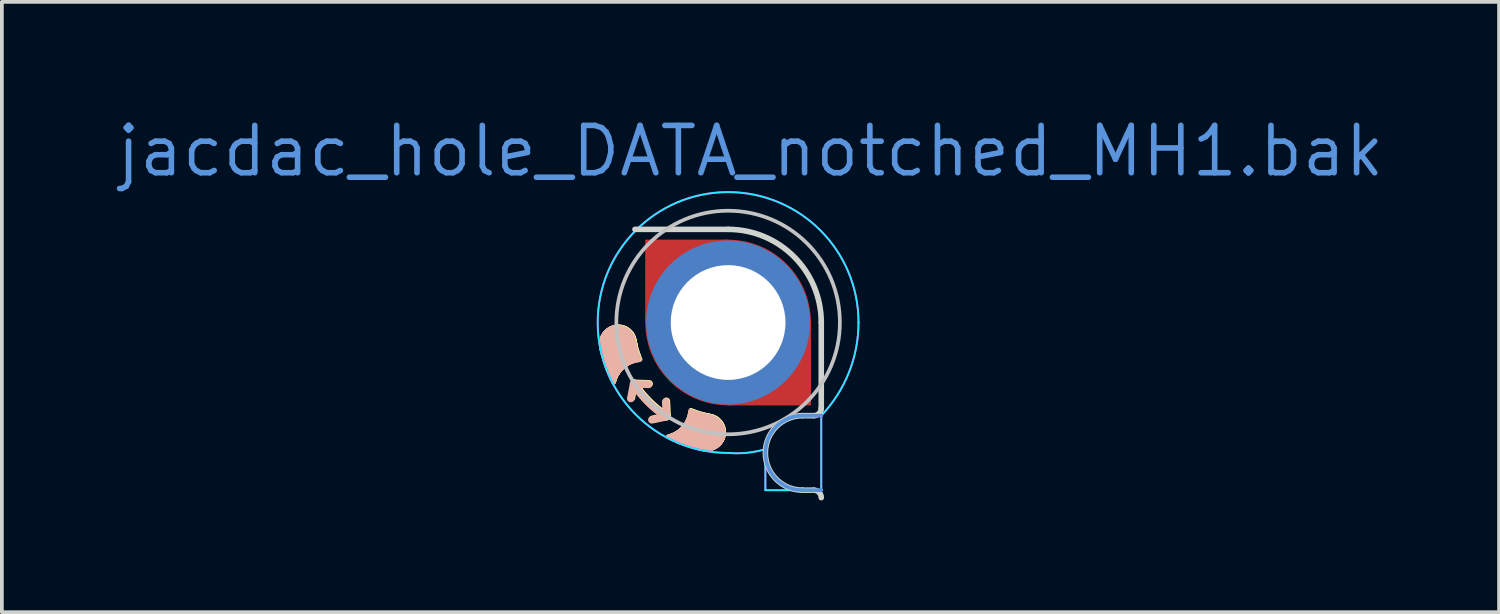
<source format=kicad_pcb>
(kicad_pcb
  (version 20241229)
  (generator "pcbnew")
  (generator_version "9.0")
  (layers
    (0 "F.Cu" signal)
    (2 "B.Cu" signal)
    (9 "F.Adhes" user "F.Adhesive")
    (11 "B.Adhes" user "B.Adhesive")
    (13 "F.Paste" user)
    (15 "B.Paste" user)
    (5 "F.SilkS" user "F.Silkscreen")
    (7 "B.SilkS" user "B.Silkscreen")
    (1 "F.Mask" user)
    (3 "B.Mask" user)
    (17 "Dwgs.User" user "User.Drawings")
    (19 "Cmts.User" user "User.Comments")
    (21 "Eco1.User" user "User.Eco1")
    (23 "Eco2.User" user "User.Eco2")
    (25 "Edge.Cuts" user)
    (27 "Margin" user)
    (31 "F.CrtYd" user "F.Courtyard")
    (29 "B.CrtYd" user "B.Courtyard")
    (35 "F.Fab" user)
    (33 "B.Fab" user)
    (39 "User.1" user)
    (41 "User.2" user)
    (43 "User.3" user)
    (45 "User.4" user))
  (footprint "jacdac_hole_DATA_notched_MH1.bak"
    (layer "F.Cu")
    (at 16.492 5.606)
    (property "Reference" "jacdac_hole_DATA_notched_MH1.bak" (at 0.6 -4.6 0) (layer "Cmts.User") (effects (font (size 1.27 1.27) (thickness 0.15))))
    (attr through_hole)
    (fp_rect (start -2.2 -2.2) (end 0 0) (stroke (width 0.05) (type solid)) (fill yes) (layer "F.Cu"))
    (fp_rect (start 0 0) (end 2.2 2.2) (stroke (width 0.05) (type solid)) (fill yes) (layer "F.Cu"))
    (fp_circle (center 0 0) (end 2.198 0) (stroke (width 0.05) (type solid)) (fill yes) (layer "F.Cu"))
    (fp_poly (pts (arc (start 2.5 0) (mid 1.767767 -1.767767) (end 0 -2.5)) (xy -2.5 -2.5) (arc (start -2.5 0) (mid -1.767767 1.767767) (end 0 2.5)) (xy 2.5 2.5)) (stroke (width 0) (type solid)) (fill yes) (layer "F.Mask"))
    (fp_circle (center 0 0) (end 2.5 0) (stroke (width 0) (type solid)) (fill yes) (layer "B.Mask"))
    (fp_line (start -3.399 0.554) (end -3.399 0.576) (stroke (width 0.1) (type solid)) (layer "F.SilkS"))
    (fp_line (start -3.399 0.532) (end -3.399 0.554) (stroke (width 0.1) (type solid)) (layer "F.SilkS"))
    (fp_line (start -3.399 0.576) (end -3.397 0.599) (stroke (width 0.1) (type solid)) (layer "F.SilkS"))
    (fp_line (start -3.397 0.51) (end -3.399 0.532) (stroke (width 0.1) (type solid)) (layer "F.SilkS"))
    (fp_line (start -3.397 0.599) (end -3.394 0.622) (stroke (width 0.1) (type solid)) (layer "F.SilkS"))
    (fp_line (start -3.394 0.488) (end -3.397 0.51) (stroke (width 0.1) (type solid)) (layer "F.SilkS"))
    (fp_line (start -3.394 0.622) (end -3.368 0.749) (stroke (width 0.1) (type solid)) (layer "F.SilkS"))
    (fp_line (start -3.394 0.622) (end -3.39 0.644) (stroke (width 0.1) (type solid)) (layer "F.SilkS"))
    (fp_line (start -3.391 0.466) (end -3.394 0.488) (stroke (width 0.1) (type solid)) (layer "F.SilkS"))
    (fp_line (start -3.386 0.445) (end -3.391 0.466) (stroke (width 0.1) (type solid)) (layer "F.SilkS"))
    (fp_line (start -3.38 0.424) (end -3.386 0.445) (stroke (width 0.1) (type solid)) (layer "F.SilkS"))
    (fp_line (start -3.373 0.404) (end -3.38 0.424) (stroke (width 0.1) (type solid)) (layer "F.SilkS"))
    (fp_line (start -3.368 0.749) (end -3.338 0.875) (stroke (width 0.1) (type solid)) (layer "F.SilkS"))
    (fp_line (start -3.366 0.383) (end -3.373 0.404) (stroke (width 0.1) (type solid)) (layer "F.SilkS"))
    (fp_line (start -3.357 0.364) (end -3.366 0.383) (stroke (width 0.1) (type solid)) (layer "F.SilkS"))
    (fp_line (start -3.348 0.344) (end -3.357 0.364) (stroke (width 0.1) (type solid)) (layer "F.SilkS"))
    (fp_line (start -3.338 0.875) (end -3.302 0.999) (stroke (width 0.1) (type solid)) (layer "F.SilkS"))
    (fp_line (start -3.337 0.326) (end -3.348 0.344) (stroke (width 0.1) (type solid)) (layer "F.SilkS"))
    (fp_line (start -3.326 0.307) (end -3.337 0.326) (stroke (width 0.1) (type solid)) (layer "F.SilkS"))
    (fp_line (start -3.314 0.29) (end -3.326 0.307) (stroke (width 0.1) (type solid)) (layer "F.SilkS"))
    (fp_line (start -3.302 0.999) (end -3.263 1.122) (stroke (width 0.1) (type solid)) (layer "F.SilkS"))
    (fp_line (start -3.3 0.272) (end -3.314 0.29) (stroke (width 0.1) (type solid)) (layer "F.SilkS"))
    (fp_line (start -3.287 0.256) (end -3.3 0.272) (stroke (width 0.1) (type solid)) (layer "F.SilkS"))
    (fp_line (start -3.272 0.24) (end -3.287 0.256) (stroke (width 0.1) (type solid)) (layer "F.SilkS"))
    (fp_line (start -3.263 1.122) (end -3.218 1.244) (stroke (width 0.1) (type solid)) (layer "F.SilkS"))
    (fp_line (start -3.257 0.225) (end -3.272 0.24) (stroke (width 0.1) (type solid)) (layer "F.SilkS"))
    (fp_line (start -3.24 0.211) (end -3.257 0.225) (stroke (width 0.1) (type solid)) (layer "F.SilkS"))
    (fp_line (start -3.224 0.197) (end -3.24 0.211) (stroke (width 0.1) (type solid)) (layer "F.SilkS"))
    (fp_line (start -3.218 1.244) (end -3.169 1.363) (stroke (width 0.1) (type solid)) (layer "F.SilkS"))
    (fp_line (start -3.206 0.184) (end -3.224 0.197) (stroke (width 0.1) (type solid)) (layer "F.SilkS"))
    (fp_line (start -3.188 0.172) (end -3.206 0.184) (stroke (width 0.1) (type solid)) (layer "F.SilkS"))
    (fp_line (start -3.169 1.363) (end -3.116 1.481) (stroke (width 0.1) (type solid)) (layer "F.SilkS"))
    (fp_line (start -3.169 0.161) (end -3.188 0.172) (stroke (width 0.1) (type solid)) (layer "F.SilkS"))
    (fp_line (start -3.149 0.15) (end -3.169 0.161) (stroke (width 0.1) (type solid)) (layer "F.SilkS"))
    (fp_line (start -3.129 0.141) (end -3.149 0.15) (stroke (width 0.1) (type solid)) (layer "F.SilkS"))
    (fp_line (start -3.116 1.481) (end -3.058 1.597) (stroke (width 0.1) (type solid)) (layer "F.SilkS"))
    (fp_line (start -3.108 0.133) (end -3.129 0.141) (stroke (width 0.1) (type solid)) (layer "F.SilkS"))
    (fp_line (start -3.087 0.125) (end -3.108 0.133) (stroke (width 0.1) (type solid)) (layer "F.SilkS"))
    (fp_line (start -3.069 1.236) (end -3.069 1.261) (stroke (width 0.33) (type solid)) (layer "F.SilkS"))
    (fp_line (start -3.069 1.261) (end -3.066 1.286) (stroke (width 0.33) (type solid)) (layer "F.SilkS"))
    (fp_line (start -3.069 1.211) (end -3.069 1.236) (stroke (width 0.33) (type solid)) (layer "F.SilkS"))
    (fp_line (start -3.066 1.286) (end -3.062 1.311) (stroke (width 0.33) (type solid)) (layer "F.SilkS"))
    (fp_line (start -3.066 1.186) (end -3.069 1.211) (stroke (width 0.33) (type solid)) (layer "F.SilkS"))
    (fp_line (start -3.065 0.119) (end -3.087 0.125) (stroke (width 0.1) (type solid)) (layer "F.SilkS"))
    (fp_line (start -3.062 1.161) (end -3.066 1.186) (stroke (width 0.33) (type solid)) (layer "F.SilkS"))
    (fp_line (start -3.058 1.597) (end -3.058 1.597) (stroke (width 0.1) (type solid)) (layer "F.SilkS"))
    (fp_line (start -3.058 1.597) (end -3.049 1.566) (stroke (width 0.1) (type solid)) (layer "F.SilkS"))
    (fp_line (start -3.056 1.137) (end -3.062 1.161) (stroke (width 0.33) (type solid)) (layer "F.SilkS"))
    (fp_line (start -3.049 1.566) (end -3.04 1.536) (stroke (width 0.1) (type solid)) (layer "F.SilkS"))
    (fp_line (start -3.048 1.114) (end -3.056 1.137) (stroke (width 0.33) (type solid)) (layer "F.SilkS"))
    (fp_line (start -3.043 0.113) (end -3.065 0.119) (stroke (width 0.1) (type solid)) (layer "F.SilkS"))
    (fp_line (start -3.043 0.113) (end -3.043 0.113) (stroke (width 0.1) (type solid)) (layer "F.SilkS"))
    (fp_line (start -3.04 1.536) (end -3.029 1.506) (stroke (width 0.1) (type solid)) (layer "F.SilkS"))
    (fp_line (start -3.039 1.09) (end -3.048 1.114) (stroke (width 0.33) (type solid)) (layer "F.SilkS"))
    (fp_line (start -3.029 1.506) (end -3.017 1.477) (stroke (width 0.1) (type solid)) (layer "F.SilkS"))
    (fp_line (start -3.029 1.068) (end -3.039 1.09) (stroke (width 0.33) (type solid)) (layer "F.SilkS"))
    (fp_line (start -3.02 0.109) (end -3.043 0.113) (stroke (width 0.1) (type solid)) (layer "F.SilkS"))
    (fp_line (start -3.017 1.477) (end -3.005 1.448) (stroke (width 0.1) (type solid)) (layer "F.SilkS"))
    (fp_line (start -3.017 1.046) (end -3.029 1.068) (stroke (width 0.33) (type solid)) (layer "F.SilkS"))
    (fp_line (start -3.005 1.448) (end -2.991 1.42) (stroke (width 0.1) (type solid)) (layer "F.SilkS"))
    (fp_line (start -3.003 1.025) (end -3.017 1.046) (stroke (width 0.33) (type solid)) (layer "F.SilkS"))
    (fp_line (start -2.997 0.106) (end -3.02 0.109) (stroke (width 0.1) (type solid)) (layer "F.SilkS"))
    (fp_line (start -2.991 1.42) (end -2.976 1.393) (stroke (width 0.1) (type solid)) (layer "F.SilkS"))
    (fp_line (start -2.988 1.005) (end -3.003 1.025) (stroke (width 0.33) (type solid)) (layer "F.SilkS"))
    (fp_line (start -2.976 1.393) (end -2.96 1.367) (stroke (width 0.1) (type solid)) (layer "F.SilkS"))
    (fp_line (start -2.975 0.104) (end -2.997 0.106) (stroke (width 0.1) (type solid)) (layer "F.SilkS"))
    (fp_line (start -2.971 0.986) (end -2.988 1.005) (stroke (width 0.33) (type solid)) (layer "F.SilkS"))
    (fp_line (start -2.96 1.367) (end -2.943 1.341) (stroke (width 0.1) (type solid)) (layer "F.SilkS"))
    (fp_line (start -2.954 0.968) (end -2.971 0.986) (stroke (width 0.33) (type solid)) (layer "F.SilkS"))
    (fp_line (start -2.952 0.104) (end -2.975 0.104) (stroke (width 0.1) (type solid)) (layer "F.SilkS"))
    (fp_line (start -2.947 0.566) (end -2.94 0.603) (stroke (width 1) (type solid)) (layer "F.SilkS"))
    (fp_line (start -2.943 1.341) (end -2.925 1.316) (stroke (width 0.1) (type solid)) (layer "F.SilkS"))
    (fp_line (start -2.94 0.603) (end -2.932 0.639) (stroke (width 1) (type solid)) (layer "F.SilkS"))
    (fp_line (start -2.934 0.951) (end -2.954 0.968) (stroke (width 0.33) (type solid)) (layer "F.SilkS"))
    (fp_line (start -2.934 0.951) (end -2.934 0.951) (stroke (width 0.33) (type solid)) (layer "F.SilkS"))
    (fp_line (start -2.932 0.639) (end -2.924 0.675) (stroke (width 1) (type solid)) (layer "F.SilkS"))
    (fp_line (start -2.93 0.104) (end -2.952 0.104) (stroke (width 0.1) (type solid)) (layer "F.SilkS"))
    (fp_line (start -2.925 1.316) (end -2.907 1.291) (stroke (width 0.1) (type solid)) (layer "F.SilkS"))
    (fp_line (start -2.924 0.675) (end -2.915 0.711) (stroke (width 1) (type solid)) (layer "F.SilkS"))
    (fp_line (start -2.914 0.936) (end -2.934 0.951) (stroke (width 0.33) (type solid)) (layer "F.SilkS"))
    (fp_line (start -2.908 0.105) (end -2.93 0.104) (stroke (width 0.1) (type solid)) (layer "F.SilkS"))
    (fp_line (start -2.907 1.291) (end -2.887 1.268) (stroke (width 0.1) (type solid)) (layer "F.SilkS"))
    (fp_line (start -2.893 0.922) (end -2.914 0.936) (stroke (width 0.33) (type solid)) (layer "F.SilkS"))
    (fp_line (start -2.887 1.268) (end -2.866 1.245) (stroke (width 0.1) (type solid)) (layer "F.SilkS"))
    (fp_line (start -2.886 0.108) (end -2.908 0.105) (stroke (width 0.1) (type solid)) (layer "F.SilkS"))
    (fp_line (start -2.871 0.909) (end -2.893 0.922) (stroke (width 0.33) (type solid)) (layer "F.SilkS"))
    (fp_line (start -2.866 1.245) (end -2.845 1.223) (stroke (width 0.1) (type solid)) (layer "F.SilkS"))
    (fp_line (start -2.865 0.111) (end -2.886 0.108) (stroke (width 0.1) (type solid)) (layer "F.SilkS"))
    (fp_line (start -2.848 0.898) (end -2.871 0.909) (stroke (width 0.33) (type solid)) (layer "F.SilkS"))
    (fp_line (start -2.845 1.223) (end -2.823 1.202) (stroke (width 0.1) (type solid)) (layer "F.SilkS"))
    (fp_line (start -2.843 0.116) (end -2.865 0.111) (stroke (width 0.1) (type solid)) (layer "F.SilkS"))
    (fp_line (start -2.825 0.889) (end -2.848 0.898) (stroke (width 0.33) (type solid)) (layer "F.SilkS"))
    (fp_line (start -2.823 1.202) (end -2.8 1.181) (stroke (width 0.1) (type solid)) (layer "F.SilkS"))
    (fp_line (start -2.822 0.122) (end -2.843 0.116) (stroke (width 0.1) (type solid)) (layer "F.SilkS"))
    (fp_line (start -2.802 0.128) (end -2.822 0.122) (stroke (width 0.1) (type solid)) (layer "F.SilkS"))
    (fp_line (start -2.802 0.881) (end -2.825 0.889) (stroke (width 0.33) (type solid)) (layer "F.SilkS"))
    (fp_line (start -2.8 1.181) (end -2.776 1.162) (stroke (width 0.1) (type solid)) (layer "F.SilkS"))
    (fp_line (start -2.782 0.136) (end -2.802 0.128) (stroke (width 0.1) (type solid)) (layer "F.SilkS"))
    (fp_line (start -2.777 0.875) (end -2.802 0.881) (stroke (width 0.33) (type solid)) (layer "F.SilkS"))
    (fp_line (start -2.776 1.162) (end -2.752 1.144) (stroke (width 0.1) (type solid)) (layer "F.SilkS"))
    (fp_line (start -2.762 0.144) (end -2.782 0.136) (stroke (width 0.1) (type solid)) (layer "F.SilkS"))
    (fp_line (start -2.753 0.871) (end -2.777 0.875) (stroke (width 0.33) (type solid)) (layer "F.SilkS"))
    (fp_line (start -2.752 1.144) (end -2.727 1.126) (stroke (width 0.1) (type solid)) (layer "F.SilkS"))
    (fp_line (start -2.742 0.154) (end -2.762 0.144) (stroke (width 0.1) (type solid)) (layer "F.SilkS"))
    (fp_line (start -2.728 0.868) (end -2.753 0.871) (stroke (width 0.33) (type solid)) (layer "F.SilkS"))
    (fp_line (start -2.727 1.126) (end -2.701 1.109) (stroke (width 0.1) (type solid)) (layer "F.SilkS"))
    (fp_line (start -2.724 0.164) (end -2.742 0.154) (stroke (width 0.1) (type solid)) (layer "F.SilkS"))
    (fp_line (start -2.705 0.175) (end -2.724 0.164) (stroke (width 0.1) (type solid)) (layer "F.SilkS"))
    (fp_line (start -2.704 0.867) (end -2.728 0.868) (stroke (width 0.33) (type solid)) (layer "F.SilkS"))
    (fp_line (start -2.701 1.109) (end -2.675 1.094) (stroke (width 0.1) (type solid)) (layer "F.SilkS"))
    (fp_line (start -2.687 0.187) (end -2.705 0.175) (stroke (width 0.1) (type solid)) (layer "F.SilkS"))
    (fp_line (start -2.679 0.868) (end -2.704 0.867) (stroke (width 0.33) (type solid)) (layer "F.SilkS"))
    (fp_line (start -2.675 1.094) (end -2.648 1.079) (stroke (width 0.1) (type solid)) (layer "F.SilkS"))
    (fp_line (start -2.67 0.2) (end -2.687 0.187) (stroke (width 0.1) (type solid)) (layer "F.SilkS"))
    (fp_line (start -2.654 0.87) (end -2.679 0.868) (stroke (width 0.33) (type solid)) (layer "F.SilkS"))
    (fp_line (start -2.654 0.214) (end -2.67 0.2) (stroke (width 0.1) (type solid)) (layer "F.SilkS"))
    (fp_line (start -2.648 1.079) (end -2.62 1.066) (stroke (width 0.1) (type solid)) (layer "F.SilkS"))
    (fp_line (start -2.638 0.229) (end -2.654 0.214) (stroke (width 0.1) (type solid)) (layer "F.SilkS"))
    (fp_line (start -2.629 0.874) (end -2.654 0.87) (stroke (width 0.33) (type solid)) (layer "F.SilkS"))
    (fp_line (start -2.622 0.244) (end -2.638 0.229) (stroke (width 0.1) (type solid)) (layer "F.SilkS"))
    (fp_line (start -2.62 1.066) (end -2.592 1.053) (stroke (width 0.1) (type solid)) (layer "F.SilkS"))
    (fp_line (start -2.608 0.26) (end -2.622 0.244) (stroke (width 0.1) (type solid)) (layer "F.SilkS"))
    (fp_line (start -2.605 0.879) (end -2.629 0.874) (stroke (width 0.33) (type solid)) (layer "F.SilkS"))
    (fp_line (start -2.594 0.277) (end -2.608 0.26) (stroke (width 0.1) (type solid)) (layer "F.SilkS"))
    (fp_line (start -2.594 2.023) (end -2.518 1.63) (stroke (width 0.2) (type solid)) (layer "F.SilkS"))
    (fp_line (start -2.592 1.053) (end -2.563 1.042) (stroke (width 0.1) (type solid)) (layer "F.SilkS"))
    (fp_line (start -2.581 0.294) (end -2.594 0.277) (stroke (width 0.1) (type solid)) (layer "F.SilkS"))
    (fp_line (start -2.58 0.887) (end -2.605 0.879) (stroke (width 0.33) (type solid)) (layer "F.SilkS"))
    (fp_line (start -2.569 0.312) (end -2.581 0.294) (stroke (width 0.1) (type solid)) (layer "F.SilkS"))
    (fp_line (start -2.563 1.042) (end -2.534 1.031) (stroke (width 0.1) (type solid)) (layer "F.SilkS"))
    (fp_line (start -2.558 0.331) (end -2.569 0.312) (stroke (width 0.1) (type solid)) (layer "F.SilkS"))
    (fp_line (start -2.556 0.896) (end -2.58 0.887) (stroke (width 0.33) (type solid)) (layer "F.SilkS"))
    (fp_line (start -2.547 0.351) (end -2.558 0.331) (stroke (width 0.1) (type solid)) (layer "F.SilkS"))
    (fp_line (start -2.538 0.371) (end -2.547 0.351) (stroke (width 0.1) (type solid)) (layer "F.SilkS"))
    (fp_line (start -2.534 1.031) (end -2.504 1.022) (stroke (width 0.1) (type solid)) (layer "F.SilkS"))
    (fp_line (start -2.529 0.392) (end -2.538 0.371) (stroke (width 0.1) (type solid)) (layer "F.SilkS"))
    (fp_line (start -2.522 0.413) (end -2.529 0.392) (stroke (width 0.1) (type solid)) (layer "F.SilkS"))
    (fp_line (start -2.518 1.63) (end -2.474 1.696) (stroke (width 0.2) (type solid)) (layer "F.SilkS"))
    (fp_line (start -2.518 1.63) (end -2.118 1.644) (stroke (width 0.2) (type solid)) (layer "F.SilkS"))
    (fp_line (start -2.515 0.435) (end -2.522 0.413) (stroke (width 0.1) (type solid)) (layer "F.SilkS"))
    (fp_line (start -2.51 0.457) (end -2.515 0.435) (stroke (width 0.1) (type solid)) (layer "F.SilkS"))
    (fp_line (start -2.51 0.457) (end -2.497 0.523) (stroke (width 0.1) (type solid)) (layer "F.SilkS"))
    (fp_line (start -2.504 1.022) (end -2.474 1.014) (stroke (width 0.1) (type solid)) (layer "F.SilkS"))
    (fp_line (start -2.497 0.523) (end -2.482 0.588) (stroke (width 0.1) (type solid)) (layer "F.SilkS"))
    (fp_line (start -2.482 0.588) (end -2.466 0.653) (stroke (width 0.1) (type solid)) (layer "F.SilkS"))
    (fp_line (start -2.474 1.696) (end -2.428 1.76) (stroke (width 0.2) (type solid)) (layer "F.SilkS"))
    (fp_line (start -2.474 1.014) (end -2.443 1.007) (stroke (width 0.1) (type solid)) (layer "F.SilkS"))
    (fp_line (start -2.466 0.653) (end -2.448 0.717) (stroke (width 0.1) (type solid)) (layer "F.SilkS"))
    (fp_line (start -2.448 0.717) (end -2.428 0.781) (stroke (width 0.1) (type solid)) (layer "F.SilkS"))
    (fp_line (start -2.443 1.007) (end -2.412 1.001) (stroke (width 0.1) (type solid)) (layer "F.SilkS"))
    (fp_line (start -2.428 1.76) (end -2.381 1.823) (stroke (width 0.2) (type solid)) (layer "F.SilkS"))
    (fp_line (start -2.428 0.781) (end -2.406 0.844) (stroke (width 0.1) (type solid)) (layer "F.SilkS"))
    (fp_line (start -2.412 1.001) (end -2.38 0.997) (stroke (width 0.1) (type solid)) (layer "F.SilkS"))
    (fp_line (start -2.406 0.844) (end -2.383 0.907) (stroke (width 0.1) (type solid)) (layer "F.SilkS"))
    (fp_line (start -2.383 0.907) (end -2.359 0.969) (stroke (width 0.1) (type solid)) (layer "F.SilkS"))
    (fp_line (start -2.381 1.823) (end -2.333 1.885) (stroke (width 0.2) (type solid)) (layer "F.SilkS"))
    (fp_line (start -2.38 0.997) (end -2.349 0.993) (stroke (width 0.1) (type solid)) (layer "F.SilkS"))
    (fp_line (start -2.333 1.885) (end -2.283 1.945) (stroke (width 0.2) (type solid)) (layer "F.SilkS"))
    (fp_line (start -2.283 1.945) (end -2.231 2.004) (stroke (width 0.2) (type solid)) (layer "F.SilkS"))
    (fp_line (start -2.231 2.004) (end -2.178 2.061) (stroke (width 0.2) (type solid)) (layer "F.SilkS"))
    (fp_line (start -2.178 2.061) (end -2.123 2.118) (stroke (width 0.2) (type solid)) (layer "F.SilkS"))
    (fp_line (start -2.123 2.118) (end -2.067 2.172) (stroke (width 0.2) (type solid)) (layer "F.SilkS"))
    (fp_line (start -2.067 2.172) (end -2.009 2.226) (stroke (width 0.2) (type solid)) (layer "F.SilkS"))
    (fp_line (start -2.009 2.226) (end -1.95 2.277) (stroke (width 0.2) (type solid)) (layer "F.SilkS"))
    (fp_line (start -1.95 2.277) (end -1.89 2.327) (stroke (width 0.2) (type solid)) (layer "F.SilkS"))
    (fp_line (start -1.89 2.327) (end -1.828 2.376) (stroke (width 0.2) (type solid)) (layer "F.SilkS"))
    (fp_line (start -1.828 2.376) (end -1.765 2.423) (stroke (width 0.2) (type solid)) (layer "F.SilkS"))
    (fp_line (start -1.765 2.423) (end -1.701 2.469) (stroke (width 0.2) (type solid)) (layer "F.SilkS"))
    (fp_line (start -1.701 2.469) (end -1.635 2.512) (stroke (width 0.2) (type solid)) (layer "F.SilkS"))
    (fp_line (start -1.635 2.512) (end -2.027 2.596) (stroke (width 0.2) (type solid)) (layer "F.SilkS"))
    (fp_line (start -1.635 2.512) (end -1.656 2.113) (stroke (width 0.2) (type solid)) (layer "F.SilkS"))
    (fp_line (start -1.602 3.053) (end -1.571 3.044) (stroke (width 0.1) (type solid)) (layer "F.SilkS"))
    (fp_line (start -1.602 3.053) (end -1.486 3.11) (stroke (width 0.1) (type solid)) (layer "F.SilkS"))
    (fp_line (start -1.571 3.044) (end -1.541 3.035) (stroke (width 0.1) (type solid)) (layer "F.SilkS"))
    (fp_line (start -1.541 3.035) (end -1.511 3.024) (stroke (width 0.1) (type solid)) (layer "F.SilkS"))
    (fp_line (start -1.511 3.024) (end -1.482 3.012) (stroke (width 0.1) (type solid)) (layer "F.SilkS"))
    (fp_line (start -1.486 3.11) (end -1.369 3.164) (stroke (width 0.1) (type solid)) (layer "F.SilkS"))
    (fp_line (start -1.482 3.012) (end -1.454 2.999) (stroke (width 0.1) (type solid)) (layer "F.SilkS"))
    (fp_line (start -1.454 2.999) (end -1.426 2.986) (stroke (width 0.1) (type solid)) (layer "F.SilkS"))
    (fp_line (start -1.426 2.986) (end -1.398 2.971) (stroke (width 0.1) (type solid)) (layer "F.SilkS"))
    (fp_line (start -1.398 2.971) (end -1.372 2.955) (stroke (width 0.1) (type solid)) (layer "F.SilkS"))
    (fp_line (start -1.372 2.955) (end -1.346 2.938) (stroke (width 0.1) (type solid)) (layer "F.SilkS"))
    (fp_line (start -1.369 3.164) (end -1.249 3.213) (stroke (width 0.1) (type solid)) (layer "F.SilkS"))
    (fp_line (start -1.346 2.938) (end -1.321 2.92) (stroke (width 0.1) (type solid)) (layer "F.SilkS"))
    (fp_line (start -1.321 2.92) (end -1.296 2.901) (stroke (width 0.1) (type solid)) (layer "F.SilkS"))
    (fp_line (start -1.317 3.057) (end -1.291 3.061) (stroke (width 0.33) (type solid)) (layer "F.SilkS"))
    (fp_line (start -1.296 2.901) (end -1.273 2.882) (stroke (width 0.1) (type solid)) (layer "F.SilkS"))
    (fp_line (start -1.291 3.061) (end -1.266 3.064) (stroke (width 0.33) (type solid)) (layer "F.SilkS"))
    (fp_line (start -1.273 2.882) (end -1.25 2.861) (stroke (width 0.1) (type solid)) (layer "F.SilkS"))
    (fp_line (start -1.266 3.064) (end -1.241 3.064) (stroke (width 0.33) (type solid)) (layer "F.SilkS"))
    (fp_line (start -1.25 2.861) (end -1.228 2.84) (stroke (width 0.1) (type solid)) (layer "F.SilkS"))
    (fp_line (start -1.249 3.213) (end -1.128 3.257) (stroke (width 0.1) (type solid)) (layer "F.SilkS"))
    (fp_line (start -1.241 3.064) (end -1.216 3.063) (stroke (width 0.33) (type solid)) (layer "F.SilkS"))
    (fp_line (start -1.228 2.84) (end -1.207 2.818) (stroke (width 0.1) (type solid)) (layer "F.SilkS"))
    (fp_line (start -1.216 3.063) (end -1.191 3.061) (stroke (width 0.33) (type solid)) (layer "F.SilkS"))
    (fp_line (start -1.207 2.818) (end -1.187 2.795) (stroke (width 0.1) (type solid)) (layer "F.SilkS"))
    (fp_line (start -1.191 3.061) (end -1.167 3.056) (stroke (width 0.33) (type solid)) (layer "F.SilkS"))
    (fp_line (start -1.187 2.795) (end -1.167 2.771) (stroke (width 0.1) (type solid)) (layer "F.SilkS"))
    (fp_line (start -1.167 2.771) (end -1.149 2.747) (stroke (width 0.1) (type solid)) (layer "F.SilkS"))
    (fp_line (start -1.167 3.056) (end -1.142 3.051) (stroke (width 0.33) (type solid)) (layer "F.SilkS"))
    (fp_line (start -1.149 2.747) (end -1.131 2.722) (stroke (width 0.1) (type solid)) (layer "F.SilkS"))
    (fp_line (start -1.142 3.051) (end -1.119 3.043) (stroke (width 0.33) (type solid)) (layer "F.SilkS"))
    (fp_line (start -1.131 2.722) (end -1.115 2.696) (stroke (width 0.1) (type solid)) (layer "F.SilkS"))
    (fp_line (start -1.128 3.257) (end -1.005 3.297) (stroke (width 0.1) (type solid)) (layer "F.SilkS"))
    (fp_line (start -1.119 3.043) (end -1.096 3.034) (stroke (width 0.33) (type solid)) (layer "F.SilkS"))
    (fp_line (start -1.115 2.696) (end -1.099 2.669) (stroke (width 0.1) (type solid)) (layer "F.SilkS"))
    (fp_line (start -1.099 2.669) (end -1.084 2.642) (stroke (width 0.1) (type solid)) (layer "F.SilkS"))
    (fp_line (start -1.096 3.034) (end -1.073 3.023) (stroke (width 0.33) (type solid)) (layer "F.SilkS"))
    (fp_line (start -1.084 2.642) (end -1.071 2.615) (stroke (width 0.1) (type solid)) (layer "F.SilkS"))
    (fp_line (start -1.073 3.023) (end -1.051 3.011) (stroke (width 0.33) (type solid)) (layer "F.SilkS"))
    (fp_line (start -1.071 2.615) (end -1.058 2.586) (stroke (width 0.1) (type solid)) (layer "F.SilkS"))
    (fp_line (start -1.058 2.586) (end -1.047 2.558) (stroke (width 0.1) (type solid)) (layer "F.SilkS"))
    (fp_line (start -1.051 3.011) (end -1.031 2.998) (stroke (width 0.33) (type solid)) (layer "F.SilkS"))
    (fp_line (start -1.047 2.558) (end -1.037 2.528) (stroke (width 0.1) (type solid)) (layer "F.SilkS"))
    (fp_line (start -1.037 2.528) (end -1.027 2.499) (stroke (width 0.1) (type solid)) (layer "F.SilkS"))
    (fp_line (start -1.031 2.998) (end -1.01 2.983) (stroke (width 0.33) (type solid)) (layer "F.SilkS"))
    (fp_line (start -1.027 2.499) (end -1.019 2.468) (stroke (width 0.1) (type solid)) (layer "F.SilkS"))
    (fp_line (start -1.019 2.468) (end -1.012 2.438) (stroke (width 0.1) (type solid)) (layer "F.SilkS"))
    (fp_line (start -1.012 2.438) (end -1.006 2.407) (stroke (width 0.1) (type solid)) (layer "F.SilkS"))
    (fp_line (start -1.01 2.983) (end -0.991 2.966) (stroke (width 0.33) (type solid)) (layer "F.SilkS"))
    (fp_line (start -1.006 2.407) (end -1.002 2.375) (stroke (width 0.1) (type solid)) (layer "F.SilkS"))
    (fp_line (start -1.005 3.297) (end -0.88 3.333) (stroke (width 0.1) (type solid)) (layer "F.SilkS"))
    (fp_line (start -1.002 2.375) (end -0.999 2.343) (stroke (width 0.1) (type solid)) (layer "F.SilkS"))
    (fp_line (start -0.991 2.966) (end -0.973 2.948) (stroke (width 0.33) (type solid)) (layer "F.SilkS"))
    (fp_line (start -0.974 2.353) (end -0.912 2.378) (stroke (width 0.1) (type solid)) (layer "F.SilkS"))
    (fp_line (start -0.973 2.948) (end -0.956 2.929) (stroke (width 0.33) (type solid)) (layer "F.SilkS"))
    (fp_line (start -0.956 2.929) (end -0.956 2.929) (stroke (width 0.33) (type solid)) (layer "F.SilkS"))
    (fp_line (start -0.956 2.929) (end -0.941 2.909) (stroke (width 0.33) (type solid)) (layer "F.SilkS"))
    (fp_line (start -0.941 2.909) (end -0.927 2.888) (stroke (width 0.33) (type solid)) (layer "F.SilkS"))
    (fp_line (start -0.927 2.888) (end -0.914 2.866) (stroke (width 0.33) (type solid)) (layer "F.SilkS"))
    (fp_line (start -0.914 2.866) (end -0.903 2.843) (stroke (width 0.33) (type solid)) (layer "F.SilkS"))
    (fp_line (start -0.912 2.378) (end -0.849 2.401) (stroke (width 0.1) (type solid)) (layer "F.SilkS"))
    (fp_line (start -0.903 2.843) (end -0.894 2.82) (stroke (width 0.33) (type solid)) (layer "F.SilkS"))
    (fp_line (start -0.894 2.82) (end -0.887 2.796) (stroke (width 0.33) (type solid)) (layer "F.SilkS"))
    (fp_line (start -0.892 2.575) (end -0.901 2.551) (stroke (width 0.33) (type solid)) (layer "F.SilkS"))
    (fp_line (start -0.887 2.796) (end -0.881 2.772) (stroke (width 0.33) (type solid)) (layer "F.SilkS"))
    (fp_line (start -0.885 2.599) (end -0.892 2.575) (stroke (width 0.33) (type solid)) (layer "F.SilkS"))
    (fp_line (start -0.881 2.772) (end -0.876 2.748) (stroke (width 0.33) (type solid)) (layer "F.SilkS"))
    (fp_line (start -0.88 3.333) (end -0.754 3.363) (stroke (width 0.1) (type solid)) (layer "F.SilkS"))
    (fp_line (start -0.879 2.624) (end -0.885 2.599) (stroke (width 0.33) (type solid)) (layer "F.SilkS"))
    (fp_line (start -0.876 2.748) (end -0.873 2.723) (stroke (width 0.33) (type solid)) (layer "F.SilkS"))
    (fp_line (start -0.875 2.649) (end -0.879 2.624) (stroke (width 0.33) (type solid)) (layer "F.SilkS"))
    (fp_line (start -0.873 2.723) (end -0.872 2.698) (stroke (width 0.33) (type solid)) (layer "F.SilkS"))
    (fp_line (start -0.873 2.674) (end -0.875 2.649) (stroke (width 0.33) (type solid)) (layer "F.SilkS"))
    (fp_line (start -0.872 2.698) (end -0.873 2.674) (stroke (width 0.33) (type solid)) (layer "F.SilkS"))
    (fp_line (start -0.849 2.401) (end -0.786 2.423) (stroke (width 0.1) (type solid)) (layer "F.SilkS"))
    (fp_line (start -0.786 2.423) (end -0.722 2.442) (stroke (width 0.1) (type solid)) (layer "F.SilkS"))
    (fp_line (start -0.754 3.363) (end -0.628 3.389) (stroke (width 0.1) (type solid)) (layer "F.SilkS"))
    (fp_line (start -0.722 2.442) (end -0.658 2.46) (stroke (width 0.1) (type solid)) (layer "F.SilkS"))
    (fp_line (start -0.716 2.91) (end -0.68 2.919) (stroke (width 1) (type solid)) (layer "F.SilkS"))
    (fp_line (start -0.68 2.919) (end -0.644 2.927) (stroke (width 1) (type solid)) (layer "F.SilkS"))
    (fp_line (start -0.658 2.46) (end -0.593 2.477) (stroke (width 0.1) (type solid)) (layer "F.SilkS"))
    (fp_line (start -0.644 2.927) (end -0.608 2.934) (stroke (width 1) (type solid)) (layer "F.SilkS"))
    (fp_line (start -0.62 3.39) (end -0.649 3.385) (stroke (width 0.1) (type solid)) (layer "F.SilkS"))
    (fp_line (start -0.608 2.934) (end -0.571 2.942) (stroke (width 1) (type solid)) (layer "F.SilkS"))
    (fp_line (start -0.593 2.477) (end -0.528 2.491) (stroke (width 0.1) (type solid)) (layer "F.SilkS"))
    (fp_line (start -0.59 3.393) (end -0.62 3.39) (stroke (width 0.1) (type solid)) (layer "F.SilkS"))
    (fp_line (start -0.561 3.395) (end -0.59 3.393) (stroke (width 0.1) (type solid)) (layer "F.SilkS"))
    (fp_line (start -0.531 3.394) (end -0.561 3.395) (stroke (width 0.1) (type solid)) (layer "F.SilkS"))
    (fp_line (start -0.528 2.491) (end -0.462 2.504) (stroke (width 0.1) (type solid)) (layer "F.SilkS"))
    (fp_line (start -0.502 3.391) (end -0.531 3.394) (stroke (width 0.1) (type solid)) (layer "F.SilkS"))
    (fp_line (start -0.473 3.387) (end -0.502 3.391) (stroke (width 0.1) (type solid)) (layer "F.SilkS"))
    (fp_line (start -0.462 2.504) (end -0.462 2.504) (stroke (width 0.1) (type solid)) (layer "F.SilkS"))
    (fp_line (start -0.462 2.504) (end -0.433 2.512) (stroke (width 0.1) (type solid)) (layer "F.SilkS"))
    (fp_line (start -0.445 3.381) (end -0.473 3.387) (stroke (width 0.1) (type solid)) (layer "F.SilkS"))
    (fp_line (start -0.433 2.512) (end -0.405 2.521) (stroke (width 0.1) (type solid)) (layer "F.SilkS"))
    (fp_line (start -0.417 3.373) (end -0.445 3.381) (stroke (width 0.1) (type solid)) (layer "F.SilkS"))
    (fp_line (start -0.405 2.521) (end -0.377 2.531) (stroke (width 0.1) (type solid)) (layer "F.SilkS"))
    (fp_line (start -0.389 3.363) (end -0.417 3.373) (stroke (width 0.1) (type solid)) (layer "F.SilkS"))
    (fp_line (start -0.377 2.531) (end -0.351 2.544) (stroke (width 0.1) (type solid)) (layer "F.SilkS"))
    (fp_line (start -0.363 3.351) (end -0.389 3.363) (stroke (width 0.1) (type solid)) (layer "F.SilkS"))
    (fp_line (start -0.351 2.544) (end -0.325 2.558) (stroke (width 0.1) (type solid)) (layer "F.SilkS"))
    (fp_line (start -0.337 3.338) (end -0.363 3.351) (stroke (width 0.1) (type solid)) (layer "F.SilkS"))
    (fp_line (start -0.325 2.558) (end -0.3 2.574) (stroke (width 0.1) (type solid)) (layer "F.SilkS"))
    (fp_line (start -0.312 3.323) (end -0.337 3.338) (stroke (width 0.1) (type solid)) (layer "F.SilkS"))
    (fp_line (start -0.3 2.574) (end -0.277 2.591) (stroke (width 0.1) (type solid)) (layer "F.SilkS"))
    (fp_line (start -0.287 3.306) (end -0.312 3.323) (stroke (width 0.1) (type solid)) (layer "F.SilkS"))
    (fp_line (start -0.277 2.591) (end -0.255 2.61) (stroke (width 0.1) (type solid)) (layer "F.SilkS"))
    (fp_line (start -0.264 3.287) (end -0.287 3.306) (stroke (width 0.1) (type solid)) (layer "F.SilkS"))
    (fp_line (start -0.255 2.61) (end -0.234 2.63) (stroke (width 0.1) (type solid)) (layer "F.SilkS"))
    (fp_line (start -0.242 3.267) (end -0.264 3.287) (stroke (width 0.1) (type solid)) (layer "F.SilkS"))
    (fp_line (start -0.234 2.63) (end -0.214 2.652) (stroke (width 0.1) (type solid)) (layer "F.SilkS"))
    (fp_line (start -0.221 3.246) (end -0.242 3.267) (stroke (width 0.1) (type solid)) (layer "F.SilkS"))
    (fp_line (start -0.221 3.246) (end -0.221 3.246) (stroke (width 0.1) (type solid)) (layer "F.SilkS"))
    (fp_line (start -0.214 2.652) (end -0.196 2.675) (stroke (width 0.1) (type solid)) (layer "F.SilkS"))
    (fp_line (start -0.202 3.223) (end -0.221 3.246) (stroke (width 0.1) (type solid)) (layer "F.SilkS"))
    (fp_line (start -0.196 2.675) (end -0.179 2.699) (stroke (width 0.1) (type solid)) (layer "F.SilkS"))
    (fp_line (start -0.184 3.199) (end -0.202 3.223) (stroke (width 0.1) (type solid)) (layer "F.SilkS"))
    (fp_line (start -0.179 2.699) (end -0.164 2.724) (stroke (width 0.1) (type solid)) (layer "F.SilkS"))
    (fp_line (start -0.169 3.174) (end -0.184 3.199) (stroke (width 0.1) (type solid)) (layer "F.SilkS"))
    (fp_line (start -0.164 2.724) (end -0.15 2.75) (stroke (width 0.1) (type solid)) (layer "F.SilkS"))
    (fp_line (start -0.154 3.148) (end -0.169 3.174) (stroke (width 0.1) (type solid)) (layer "F.SilkS"))
    (fp_line (start -0.15 2.75) (end -0.138 2.777) (stroke (width 0.1) (type solid)) (layer "F.SilkS"))
    (fp_line (start -0.142 3.121) (end -0.154 3.148) (stroke (width 0.1) (type solid)) (layer "F.SilkS"))
    (fp_line (start -0.138 2.777) (end -0.128 2.805) (stroke (width 0.1) (type solid)) (layer "F.SilkS"))
    (fp_line (start -0.131 3.094) (end -0.142 3.121) (stroke (width 0.1) (type solid)) (layer "F.SilkS"))
    (fp_line (start -0.128 2.805) (end -0.128 2.805) (stroke (width 0.1) (type solid)) (layer "F.SilkS"))
    (fp_line (start -0.128 2.805) (end -0.12 2.834) (stroke (width 0.1) (type solid)) (layer "F.SilkS"))
    (fp_line (start -0.123 3.066) (end -0.131 3.094) (stroke (width 0.1) (type solid)) (layer "F.SilkS"))
    (fp_line (start -0.12 2.834) (end -0.113 2.863) (stroke (width 0.1) (type solid)) (layer "F.SilkS"))
    (fp_line (start -0.116 3.038) (end -0.123 3.066) (stroke (width 0.1) (type solid)) (layer "F.SilkS"))
    (fp_line (start -0.113 2.863) (end -0.109 2.893) (stroke (width 0.1) (type solid)) (layer "F.SilkS"))
    (fp_line (start -0.111 3.009) (end -0.116 3.038) (stroke (width 0.1) (type solid)) (layer "F.SilkS"))
    (fp_line (start -0.109 2.893) (end -0.106 2.922) (stroke (width 0.1) (type solid)) (layer "F.SilkS"))
    (fp_line (start -0.107 2.98) (end -0.111 3.009) (stroke (width 0.1) (type solid)) (layer "F.SilkS"))
    (fp_line (start -0.106 2.922) (end -0.106 2.951) (stroke (width 0.1) (type solid)) (layer "F.SilkS"))
    (fp_line (start -0.106 2.951) (end -0.107 2.98) (stroke (width 0.1) (type solid)) (layer "F.SilkS"))
    (fp_line (start -3.419 0.571) (end -3.418 0.594) (stroke (width 0.1) (type solid)) (layer "B.SilkS"))
    (fp_line (start -3.419 0.549) (end -3.419 0.571) (stroke (width 0.1) (type solid)) (layer "B.SilkS"))
    (fp_line (start -3.418 0.594) (end -3.417 0.616) (stroke (width 0.1) (type solid)) (layer "B.SilkS"))
    (fp_line (start -3.417 0.527) (end -3.419 0.549) (stroke (width 0.1) (type solid)) (layer "B.SilkS"))
    (fp_line (start -3.417 0.616) (end -3.414 0.639) (stroke (width 0.1) (type solid)) (layer "B.SilkS"))
    (fp_line (start -3.414 0.505) (end -3.417 0.527) (stroke (width 0.1) (type solid)) (layer "B.SilkS"))
    (fp_line (start -3.414 0.64) (end -3.388 0.767) (stroke (width 0.1) (type solid)) (layer "B.SilkS"))
    (fp_line (start -3.414 0.639) (end -3.41 0.662) (stroke (width 0.1) (type solid)) (layer "B.SilkS"))
    (fp_line (start -3.411 0.484) (end -3.414 0.505) (stroke (width 0.1) (type solid)) (layer "B.SilkS"))
    (fp_line (start -3.406 0.462) (end -3.411 0.484) (stroke (width 0.1) (type solid)) (layer "B.SilkS"))
    (fp_line (start -3.4 0.442) (end -3.406 0.462) (stroke (width 0.1) (type solid)) (layer "B.SilkS"))
    (fp_line (start -3.393 0.421) (end -3.4 0.442) (stroke (width 0.1) (type solid)) (layer "B.SilkS"))
    (fp_line (start -3.388 0.767) (end -3.358 0.892) (stroke (width 0.1) (type solid)) (layer "B.SilkS"))
    (fp_line (start -3.386 0.401) (end -3.393 0.421) (stroke (width 0.1) (type solid)) (layer "B.SilkS"))
    (fp_line (start -3.377 0.381) (end -3.386 0.401) (stroke (width 0.1) (type solid)) (layer "B.SilkS"))
    (fp_line (start -3.367 0.362) (end -3.377 0.381) (stroke (width 0.1) (type solid)) (layer "B.SilkS"))
    (fp_line (start -3.358 0.892) (end -3.322 1.017) (stroke (width 0.1) (type solid)) (layer "B.SilkS"))
    (fp_line (start -3.357 0.343) (end -3.367 0.362) (stroke (width 0.1) (type solid)) (layer "B.SilkS"))
    (fp_line (start -3.346 0.325) (end -3.357 0.343) (stroke (width 0.1) (type solid)) (layer "B.SilkS"))
    (fp_line (start -3.333 0.307) (end -3.346 0.325) (stroke (width 0.1) (type solid)) (layer "B.SilkS"))
    (fp_line (start -3.322 1.017) (end -3.282 1.14) (stroke (width 0.1) (type solid)) (layer "B.SilkS"))
    (fp_line (start -3.32 0.29) (end -3.333 0.307) (stroke (width 0.1) (type solid)) (layer "B.SilkS"))
    (fp_line (start -3.306 0.273) (end -3.32 0.29) (stroke (width 0.1) (type solid)) (layer "B.SilkS"))
    (fp_line (start -3.292 0.258) (end -3.306 0.273) (stroke (width 0.1) (type solid)) (layer "B.SilkS"))
    (fp_line (start -3.282 1.14) (end -3.238 1.261) (stroke (width 0.1) (type solid)) (layer "B.SilkS"))
    (fp_line (start -3.276 0.242) (end -3.292 0.258) (stroke (width 0.1) (type solid)) (layer "B.SilkS"))
    (fp_line (start -3.26 0.228) (end -3.276 0.242) (stroke (width 0.1) (type solid)) (layer "B.SilkS"))
    (fp_line (start -3.243 0.214) (end -3.26 0.228) (stroke (width 0.1) (type solid)) (layer "B.SilkS"))
    (fp_line (start -3.238 1.261) (end -3.189 1.381) (stroke (width 0.1) (type solid)) (layer "B.SilkS"))
    (fp_line (start -3.226 0.201) (end -3.243 0.214) (stroke (width 0.1) (type solid)) (layer "B.SilkS"))
    (fp_line (start -3.208 0.189) (end -3.226 0.201) (stroke (width 0.1) (type solid)) (layer "B.SilkS"))
    (fp_line (start -3.189 1.381) (end -3.135 1.499) (stroke (width 0.1) (type solid)) (layer "B.SilkS"))
    (fp_line (start -3.189 0.178) (end -3.208 0.189) (stroke (width 0.1) (type solid)) (layer "B.SilkS"))
    (fp_line (start -3.169 0.168) (end -3.189 0.178) (stroke (width 0.1) (type solid)) (layer "B.SilkS"))
    (fp_line (start -3.149 0.159) (end -3.169 0.168) (stroke (width 0.1) (type solid)) (layer "B.SilkS"))
    (fp_line (start -3.135 1.499) (end -3.078 1.614) (stroke (width 0.1) (type solid)) (layer "B.SilkS"))
    (fp_line (start -3.128 0.15) (end -3.149 0.159) (stroke (width 0.1) (type solid)) (layer "B.SilkS"))
    (fp_line (start -3.107 0.143) (end -3.128 0.15) (stroke (width 0.1) (type solid)) (layer "B.SilkS"))
    (fp_line (start -3.089 1.253) (end -3.089 1.278) (stroke (width 0.33) (type solid)) (layer "B.SilkS"))
    (fp_line (start -3.089 1.278) (end -3.086 1.304) (stroke (width 0.33) (type solid)) (layer "B.SilkS"))
    (fp_line (start -3.088 1.228) (end -3.089 1.253) (stroke (width 0.33) (type solid)) (layer "B.SilkS"))
    (fp_line (start -3.086 1.304) (end -3.082 1.329) (stroke (width 0.33) (type solid)) (layer "B.SilkS"))
    (fp_line (start -3.086 1.203) (end -3.088 1.228) (stroke (width 0.33) (type solid)) (layer "B.SilkS"))
    (fp_line (start -3.085 0.136) (end -3.107 0.143) (stroke (width 0.1) (type solid)) (layer "B.SilkS"))
    (fp_line (start -3.081 1.179) (end -3.086 1.203) (stroke (width 0.33) (type solid)) (layer "B.SilkS"))
    (fp_line (start -3.078 1.614) (end -3.078 1.614) (stroke (width 0.1) (type solid)) (layer "B.SilkS"))
    (fp_line (start -3.078 1.614) (end -3.069 1.584) (stroke (width 0.1) (type solid)) (layer "B.SilkS"))
    (fp_line (start -3.076 1.155) (end -3.081 1.179) (stroke (width 0.33) (type solid)) (layer "B.SilkS"))
    (fp_line (start -3.069 1.584) (end -3.06 1.553) (stroke (width 0.1) (type solid)) (layer "B.SilkS"))
    (fp_line (start -3.068 1.131) (end -3.076 1.155) (stroke (width 0.33) (type solid)) (layer "B.SilkS"))
    (fp_line (start -3.062 0.131) (end -3.085 0.136) (stroke (width 0.1) (type solid)) (layer "B.SilkS"))
    (fp_line (start -3.062 0.131) (end -3.062 0.131) (stroke (width 0.1) (type solid)) (layer "B.SilkS"))
    (fp_line (start -3.06 1.553) (end -3.049 1.524) (stroke (width 0.1) (type solid)) (layer "B.SilkS"))
    (fp_line (start -3.059 1.108) (end -3.068 1.131) (stroke (width 0.33) (type solid)) (layer "B.SilkS"))
    (fp_line (start -3.049 1.524) (end -3.037 1.494) (stroke (width 0.1) (type solid)) (layer "B.SilkS"))
    (fp_line (start -3.048 1.085) (end -3.059 1.108) (stroke (width 0.33) (type solid)) (layer "B.SilkS"))
    (fp_line (start -3.04 0.127) (end -3.062 0.131) (stroke (width 0.1) (type solid)) (layer "B.SilkS"))
    (fp_line (start -3.037 1.494) (end -3.024 1.466) (stroke (width 0.1) (type solid)) (layer "B.SilkS"))
    (fp_line (start -3.036 1.064) (end -3.048 1.085) (stroke (width 0.33) (type solid)) (layer "B.SilkS"))
    (fp_line (start -3.024 1.466) (end -3.011 1.438) (stroke (width 0.1) (type solid)) (layer "B.SilkS"))
    (fp_line (start -3.023 1.043) (end -3.036 1.064) (stroke (width 0.33) (type solid)) (layer "B.SilkS"))
    (fp_line (start -3.017 0.124) (end -3.04 0.127) (stroke (width 0.1) (type solid)) (layer "B.SilkS"))
    (fp_line (start -3.011 1.438) (end -2.996 1.411) (stroke (width 0.1) (type solid)) (layer "B.SilkS"))
    (fp_line (start -3.008 1.023) (end -3.023 1.043) (stroke (width 0.33) (type solid)) (layer "B.SilkS"))
    (fp_line (start -2.996 1.411) (end -2.98 1.384) (stroke (width 0.1) (type solid)) (layer "B.SilkS"))
    (fp_line (start -2.995 0.122) (end -3.017 0.124) (stroke (width 0.1) (type solid)) (layer "B.SilkS"))
    (fp_line (start -2.991 1.004) (end -3.008 1.023) (stroke (width 0.33) (type solid)) (layer "B.SilkS"))
    (fp_line (start -2.98 1.384) (end -2.963 1.358) (stroke (width 0.1) (type solid)) (layer "B.SilkS"))
    (fp_line (start -2.973 0.986) (end -2.991 1.004) (stroke (width 0.33) (type solid)) (layer "B.SilkS"))
    (fp_line (start -2.972 0.121) (end -2.995 0.122) (stroke (width 0.1) (type solid)) (layer "B.SilkS"))
    (fp_line (start -2.967 0.584) (end -2.96 0.62) (stroke (width 1) (type solid)) (layer "B.SilkS"))
    (fp_line (start -2.963 1.358) (end -2.945 1.333) (stroke (width 0.1) (type solid)) (layer "B.SilkS"))
    (fp_line (start -2.96 0.62) (end -2.952 0.656) (stroke (width 1) (type solid)) (layer "B.SilkS"))
    (fp_line (start -2.954 0.969) (end -2.973 0.986) (stroke (width 0.33) (type solid)) (layer "B.SilkS"))
    (fp_line (start -2.954 0.969) (end -2.954 0.969) (stroke (width 0.33) (type solid)) (layer "B.SilkS"))
    (fp_line (start -2.952 0.656) (end -2.944 0.692) (stroke (width 1) (type solid)) (layer "B.SilkS"))
    (fp_line (start -2.95 0.121) (end -2.972 0.121) (stroke (width 0.1) (type solid)) (layer "B.SilkS"))
    (fp_line (start -2.945 1.333) (end -2.926 1.309) (stroke (width 0.1) (type solid)) (layer "B.SilkS"))
    (fp_line (start -2.944 0.692) (end -2.935 0.728) (stroke (width 1) (type solid)) (layer "B.SilkS"))
    (fp_line (start -2.934 0.953) (end -2.954 0.969) (stroke (width 0.33) (type solid)) (layer "B.SilkS"))
    (fp_line (start -2.928 0.123) (end -2.95 0.121) (stroke (width 0.1) (type solid)) (layer "B.SilkS"))
    (fp_line (start -2.926 1.309) (end -2.907 1.285) (stroke (width 0.1) (type solid)) (layer "B.SilkS"))
    (fp_line (start -2.913 0.939) (end -2.934 0.953) (stroke (width 0.33) (type solid)) (layer "B.SilkS"))
    (fp_line (start -2.907 1.285) (end -2.886 1.262) (stroke (width 0.1) (type solid)) (layer "B.SilkS"))
    (fp_line (start -2.906 0.125) (end -2.928 0.123) (stroke (width 0.1) (type solid)) (layer "B.SilkS"))
    (fp_line (start -2.891 0.927) (end -2.913 0.939) (stroke (width 0.33) (type solid)) (layer "B.SilkS"))
    (fp_line (start -2.886 1.262) (end -2.865 1.24) (stroke (width 0.1) (type solid)) (layer "B.SilkS"))
    (fp_line (start -2.885 0.129) (end -2.906 0.125) (stroke (width 0.1) (type solid)) (layer "B.SilkS"))
    (fp_line (start -2.868 0.916) (end -2.891 0.927) (stroke (width 0.33) (type solid)) (layer "B.SilkS"))
    (fp_line (start -2.865 1.24) (end -2.843 1.219) (stroke (width 0.1) (type solid)) (layer "B.SilkS"))
    (fp_line (start -2.863 0.134) (end -2.885 0.129) (stroke (width 0.1) (type solid)) (layer "B.SilkS"))
    (fp_line (start -2.845 0.907) (end -2.868 0.916) (stroke (width 0.33) (type solid)) (layer "B.SilkS"))
    (fp_line (start -2.843 1.219) (end -2.82 1.199) (stroke (width 0.1) (type solid)) (layer "B.SilkS"))
    (fp_line (start -2.842 0.139) (end -2.863 0.134) (stroke (width 0.1) (type solid)) (layer "B.SilkS"))
    (fp_line (start -2.822 0.146) (end -2.842 0.139) (stroke (width 0.1) (type solid)) (layer "B.SilkS"))
    (fp_line (start -2.821 0.899) (end -2.845 0.907) (stroke (width 0.33) (type solid)) (layer "B.SilkS"))
    (fp_line (start -2.82 1.199) (end -2.796 1.179) (stroke (width 0.1) (type solid)) (layer "B.SilkS"))
    (fp_line (start -2.801 0.153) (end -2.822 0.146) (stroke (width 0.1) (type solid)) (layer "B.SilkS"))
    (fp_line (start -2.797 0.893) (end -2.821 0.899) (stroke (width 0.33) (type solid)) (layer "B.SilkS"))
    (fp_line (start -2.796 1.179) (end -2.772 1.161) (stroke (width 0.1) (type solid)) (layer "B.SilkS"))
    (fp_line (start -2.782 0.162) (end -2.801 0.153) (stroke (width 0.1) (type solid)) (layer "B.SilkS"))
    (fp_line (start -2.773 0.888) (end -2.797 0.893) (stroke (width 0.33) (type solid)) (layer "B.SilkS"))
    (fp_line (start -2.772 1.161) (end -2.747 1.143) (stroke (width 0.1) (type solid)) (layer "B.SilkS"))
    (fp_line (start -2.762 0.171) (end -2.782 0.162) (stroke (width 0.1) (type solid)) (layer "B.SilkS"))
    (fp_line (start -2.748 0.886) (end -2.773 0.888) (stroke (width 0.33) (type solid)) (layer "B.SilkS"))
    (fp_line (start -2.747 1.143) (end -2.721 1.127) (stroke (width 0.1) (type solid)) (layer "B.SilkS"))
    (fp_line (start -2.743 0.182) (end -2.762 0.171) (stroke (width 0.1) (type solid)) (layer "B.SilkS"))
    (fp_line (start -2.725 0.193) (end -2.743 0.182) (stroke (width 0.1) (type solid)) (layer "B.SilkS"))
    (fp_line (start -2.723 0.885) (end -2.748 0.886) (stroke (width 0.33) (type solid)) (layer "B.SilkS"))
    (fp_line (start -2.721 1.127) (end -2.694 1.111) (stroke (width 0.1) (type solid)) (layer "B.SilkS"))
    (fp_line (start -2.707 0.205) (end -2.725 0.193) (stroke (width 0.1) (type solid)) (layer "B.SilkS"))
    (fp_line (start -2.699 0.885) (end -2.723 0.885) (stroke (width 0.33) (type solid)) (layer "B.SilkS"))
    (fp_line (start -2.694 1.111) (end -2.667 1.097) (stroke (width 0.1) (type solid)) (layer "B.SilkS"))
    (fp_line (start -2.69 0.218) (end -2.707 0.205) (stroke (width 0.1) (type solid)) (layer "B.SilkS"))
    (fp_line (start -2.674 0.887) (end -2.699 0.885) (stroke (width 0.33) (type solid)) (layer "B.SilkS"))
    (fp_line (start -2.673 0.232) (end -2.69 0.218) (stroke (width 0.1) (type solid)) (layer "B.SilkS"))
    (fp_line (start -2.667 1.097) (end -2.64 1.083) (stroke (width 0.1) (type solid)) (layer "B.SilkS"))
    (fp_line (start -2.658 0.246) (end -2.673 0.232) (stroke (width 0.1) (type solid)) (layer "B.SilkS"))
    (fp_line (start -2.649 0.891) (end -2.674 0.887) (stroke (width 0.33) (type solid)) (layer "B.SilkS"))
    (fp_line (start -2.642 0.261) (end -2.658 0.246) (stroke (width 0.1) (type solid)) (layer "B.SilkS"))
    (fp_line (start -2.64 1.083) (end -2.611 1.071) (stroke (width 0.1) (type solid)) (layer "B.SilkS"))
    (fp_line (start -2.628 0.277) (end -2.642 0.261) (stroke (width 0.1) (type solid)) (layer "B.SilkS"))
    (fp_line (start -2.624 0.897) (end -2.649 0.891) (stroke (width 0.33) (type solid)) (layer "B.SilkS"))
    (fp_line (start -2.614 0.294) (end -2.628 0.277) (stroke (width 0.1) (type solid)) (layer "B.SilkS"))
    (fp_line (start -2.614 2.04) (end -2.537 1.648) (stroke (width 0.2) (type solid)) (layer "B.SilkS"))
    (fp_line (start -2.611 1.071) (end -2.583 1.059) (stroke (width 0.1) (type solid)) (layer "B.SilkS"))
    (fp_line (start -2.601 0.312) (end -2.614 0.294) (stroke (width 0.1) (type solid)) (layer "B.SilkS"))
    (fp_line (start -2.6 0.904) (end -2.624 0.897) (stroke (width 0.33) (type solid)) (layer "B.SilkS"))
    (fp_line (start -2.589 0.33) (end -2.601 0.312) (stroke (width 0.1) (type solid)) (layer "B.SilkS"))
    (fp_line (start -2.583 1.059) (end -2.553 1.049) (stroke (width 0.1) (type solid)) (layer "B.SilkS"))
    (fp_line (start -2.578 0.349) (end -2.589 0.33) (stroke (width 0.1) (type solid)) (layer "B.SilkS"))
    (fp_line (start -2.576 0.913) (end -2.6 0.904) (stroke (width 0.33) (type solid)) (layer "B.SilkS"))
    (fp_line (start -2.567 0.368) (end -2.578 0.349) (stroke (width 0.1) (type solid)) (layer "B.SilkS"))
    (fp_line (start -2.558 0.388) (end -2.567 0.368) (stroke (width 0.1) (type solid)) (layer "B.SilkS"))
    (fp_line (start -2.553 1.049) (end -2.524 1.04) (stroke (width 0.1) (type solid)) (layer "B.SilkS"))
    (fp_line (start -2.549 0.409) (end -2.558 0.388) (stroke (width 0.1) (type solid)) (layer "B.SilkS"))
    (fp_line (start -2.541 0.43) (end -2.549 0.409) (stroke (width 0.1) (type solid)) (layer "B.SilkS"))
    (fp_line (start -2.537 1.648) (end -2.494 1.713) (stroke (width 0.2) (type solid)) (layer "B.SilkS"))
    (fp_line (start -2.537 1.648) (end -2.138 1.662) (stroke (width 0.2) (type solid)) (layer "B.SilkS"))
    (fp_line (start -2.535 0.452) (end -2.541 0.43) (stroke (width 0.1) (type solid)) (layer "B.SilkS"))
    (fp_line (start -2.529 0.475) (end -2.535 0.452) (stroke (width 0.1) (type solid)) (layer "B.SilkS"))
    (fp_line (start -2.529 0.475) (end -2.516 0.54) (stroke (width 0.1) (type solid)) (layer "B.SilkS"))
    (fp_line (start -2.524 1.04) (end -2.493 1.031) (stroke (width 0.1) (type solid)) (layer "B.SilkS"))
    (fp_line (start -2.516 0.54) (end -2.502 0.605) (stroke (width 0.1) (type solid)) (layer "B.SilkS"))
    (fp_line (start -2.502 0.605) (end -2.485 0.67) (stroke (width 0.1) (type solid)) (layer "B.SilkS"))
    (fp_line (start -2.494 1.713) (end -2.448 1.777) (stroke (width 0.2) (type solid)) (layer "B.SilkS"))
    (fp_line (start -2.493 1.031) (end -2.463 1.024) (stroke (width 0.1) (type solid)) (layer "B.SilkS"))
    (fp_line (start -2.485 0.67) (end -2.467 0.735) (stroke (width 0.1) (type solid)) (layer "B.SilkS"))
    (fp_line (start -2.467 0.735) (end -2.448 0.798) (stroke (width 0.1) (type solid)) (layer "B.SilkS"))
    (fp_line (start -2.463 1.024) (end -2.432 1.019) (stroke (width 0.1) (type solid)) (layer "B.SilkS"))
    (fp_line (start -2.448 1.777) (end -2.401 1.84) (stroke (width 0.2) (type solid)) (layer "B.SilkS"))
    (fp_line (start -2.448 0.798) (end -2.426 0.862) (stroke (width 0.1) (type solid)) (layer "B.SilkS"))
    (fp_line (start -2.432 1.019) (end -2.4 1.014) (stroke (width 0.1) (type solid)) (layer "B.SilkS"))
    (fp_line (start -2.426 0.862) (end -2.403 0.925) (stroke (width 0.1) (type solid)) (layer "B.SilkS"))
    (fp_line (start -2.403 0.925) (end -2.378 0.987) (stroke (width 0.1) (type solid)) (layer "B.SilkS"))
    (fp_line (start -2.401 1.84) (end -2.353 1.902) (stroke (width 0.2) (type solid)) (layer "B.SilkS"))
    (fp_line (start -2.4 1.014) (end -2.368 1.011) (stroke (width 0.1) (type solid)) (layer "B.SilkS"))
    (fp_line (start -2.353 1.902) (end -2.302 1.962) (stroke (width 0.2) (type solid)) (layer "B.SilkS"))
    (fp_line (start -2.302 1.962) (end -2.251 2.021) (stroke (width 0.2) (type solid)) (layer "B.SilkS"))
    (fp_line (start -2.251 2.021) (end -2.197 2.079) (stroke (width 0.2) (type solid)) (layer "B.SilkS"))
    (fp_line (start -2.197 2.079) (end -2.143 2.135) (stroke (width 0.2) (type solid)) (layer "B.SilkS"))
    (fp_line (start -2.143 2.135) (end -2.087 2.19) (stroke (width 0.2) (type solid)) (layer "B.SilkS"))
    (fp_line (start -2.087 2.19) (end -2.029 2.243) (stroke (width 0.2) (type solid)) (layer "B.SilkS"))
    (fp_line (start -2.029 2.243) (end -1.97 2.295) (stroke (width 0.2) (type solid)) (layer "B.SilkS"))
    (fp_line (start -1.97 2.295) (end -1.91 2.345) (stroke (width 0.2) (type solid)) (layer "B.SilkS"))
    (fp_line (start -1.91 2.345) (end -1.848 2.394) (stroke (width 0.2) (type solid)) (layer "B.SilkS"))
    (fp_line (start -1.848 2.394) (end -1.785 2.441) (stroke (width 0.2) (type solid)) (layer "B.SilkS"))
    (fp_line (start -1.785 2.441) (end -1.721 2.486) (stroke (width 0.2) (type solid)) (layer "B.SilkS"))
    (fp_line (start -1.721 2.486) (end -1.655 2.53) (stroke (width 0.2) (type solid)) (layer "B.SilkS"))
    (fp_line (start -1.655 2.53) (end -2.047 2.613) (stroke (width 0.2) (type solid)) (layer "B.SilkS"))
    (fp_line (start -1.655 2.53) (end -1.676 2.13) (stroke (width 0.2) (type solid)) (layer "B.SilkS"))
    (fp_line (start -1.622 3.07) (end -1.591 3.062) (stroke (width 0.1) (type solid)) (layer "B.SilkS"))
    (fp_line (start -1.622 3.07) (end -1.506 3.128) (stroke (width 0.1) (type solid)) (layer "B.SilkS"))
    (fp_line (start -1.591 3.062) (end -1.561 3.052) (stroke (width 0.1) (type solid)) (layer "B.SilkS"))
    (fp_line (start -1.561 3.052) (end -1.531 3.041) (stroke (width 0.1) (type solid)) (layer "B.SilkS"))
    (fp_line (start -1.531 3.041) (end -1.502 3.03) (stroke (width 0.1) (type solid)) (layer "B.SilkS"))
    (fp_line (start -1.506 3.128) (end -1.388 3.181) (stroke (width 0.1) (type solid)) (layer "B.SilkS"))
    (fp_line (start -1.502 3.03) (end -1.473 3.017) (stroke (width 0.1) (type solid)) (layer "B.SilkS"))
    (fp_line (start -1.473 3.017) (end -1.445 3.003) (stroke (width 0.1) (type solid)) (layer "B.SilkS"))
    (fp_line (start -1.445 3.003) (end -1.418 2.988) (stroke (width 0.1) (type solid)) (layer "B.SilkS"))
    (fp_line (start -1.418 2.988) (end -1.392 2.972) (stroke (width 0.1) (type solid)) (layer "B.SilkS"))
    (fp_line (start -1.392 2.972) (end -1.366 2.955) (stroke (width 0.1) (type solid)) (layer "B.SilkS"))
    (fp_line (start -1.388 3.181) (end -1.269 3.23) (stroke (width 0.1) (type solid)) (layer "B.SilkS"))
    (fp_line (start -1.366 2.955) (end -1.341 2.938) (stroke (width 0.1) (type solid)) (layer "B.SilkS"))
    (fp_line (start -1.341 2.938) (end -1.316 2.919) (stroke (width 0.1) (type solid)) (layer "B.SilkS"))
    (fp_line (start -1.336 3.074) (end -1.311 3.078) (stroke (width 0.33) (type solid)) (layer "B.SilkS"))
    (fp_line (start -1.316 2.919) (end -1.293 2.899) (stroke (width 0.1) (type solid)) (layer "B.SilkS"))
    (fp_line (start -1.311 3.078) (end -1.286 3.081) (stroke (width 0.33) (type solid)) (layer "B.SilkS"))
    (fp_line (start -1.293 2.899) (end -1.27 2.879) (stroke (width 0.1) (type solid)) (layer "B.SilkS"))
    (fp_line (start -1.286 3.081) (end -1.261 3.082) (stroke (width 0.33) (type solid)) (layer "B.SilkS"))
    (fp_line (start -1.27 2.879) (end -1.248 2.857) (stroke (width 0.1) (type solid)) (layer "B.SilkS"))
    (fp_line (start -1.269 3.23) (end -1.147 3.275) (stroke (width 0.1) (type solid)) (layer "B.SilkS"))
    (fp_line (start -1.261 3.082) (end -1.236 3.081) (stroke (width 0.33) (type solid)) (layer "B.SilkS"))
    (fp_line (start -1.248 2.857) (end -1.227 2.835) (stroke (width 0.1) (type solid)) (layer "B.SilkS"))
    (fp_line (start -1.236 3.081) (end -1.211 3.078) (stroke (width 0.33) (type solid)) (layer "B.SilkS"))
    (fp_line (start -1.227 2.835) (end -1.206 2.812) (stroke (width 0.1) (type solid)) (layer "B.SilkS"))
    (fp_line (start -1.211 3.078) (end -1.186 3.074) (stroke (width 0.33) (type solid)) (layer "B.SilkS"))
    (fp_line (start -1.206 2.812) (end -1.187 2.789) (stroke (width 0.1) (type solid)) (layer "B.SilkS"))
    (fp_line (start -1.187 2.789) (end -1.169 2.764) (stroke (width 0.1) (type solid)) (layer "B.SilkS"))
    (fp_line (start -1.186 3.074) (end -1.162 3.068) (stroke (width 0.33) (type solid)) (layer "B.SilkS"))
    (fp_line (start -1.169 2.764) (end -1.151 2.739) (stroke (width 0.1) (type solid)) (layer "B.SilkS"))
    (fp_line (start -1.162 3.068) (end -1.139 3.061) (stroke (width 0.33) (type solid)) (layer "B.SilkS"))
    (fp_line (start -1.151 2.739) (end -1.134 2.713) (stroke (width 0.1) (type solid)) (layer "B.SilkS"))
    (fp_line (start -1.147 3.275) (end -1.024 3.315) (stroke (width 0.1) (type solid)) (layer "B.SilkS"))
    (fp_line (start -1.139 3.061) (end -1.115 3.052) (stroke (width 0.33) (type solid)) (layer "B.SilkS"))
    (fp_line (start -1.134 2.713) (end -1.119 2.687) (stroke (width 0.1) (type solid)) (layer "B.SilkS"))
    (fp_line (start -1.119 2.687) (end -1.104 2.66) (stroke (width 0.1) (type solid)) (layer "B.SilkS"))
    (fp_line (start -1.115 3.052) (end -1.093 3.041) (stroke (width 0.33) (type solid)) (layer "B.SilkS"))
    (fp_line (start -1.104 2.66) (end -1.091 2.632) (stroke (width 0.1) (type solid)) (layer "B.SilkS"))
    (fp_line (start -1.093 3.041) (end -1.071 3.029) (stroke (width 0.33) (type solid)) (layer "B.SilkS"))
    (fp_line (start -1.091 2.632) (end -1.078 2.604) (stroke (width 0.1) (type solid)) (layer "B.SilkS"))
    (fp_line (start -1.078 2.604) (end -1.067 2.575) (stroke (width 0.1) (type solid)) (layer "B.SilkS"))
    (fp_line (start -1.071 3.029) (end -1.05 3.015) (stroke (width 0.33) (type solid)) (layer "B.SilkS"))
    (fp_line (start -1.067 2.575) (end -1.056 2.546) (stroke (width 0.1) (type solid)) (layer "B.SilkS"))
    (fp_line (start -1.056 2.546) (end -1.047 2.516) (stroke (width 0.1) (type solid)) (layer "B.SilkS"))
    (fp_line (start -1.05 3.015) (end -1.03 3) (stroke (width 0.33) (type solid)) (layer "B.SilkS"))
    (fp_line (start -1.047 2.516) (end -1.039 2.486) (stroke (width 0.1) (type solid)) (layer "B.SilkS"))
    (fp_line (start -1.039 2.486) (end -1.032 2.455) (stroke (width 0.1) (type solid)) (layer "B.SilkS"))
    (fp_line (start -1.032 2.455) (end -1.026 2.424) (stroke (width 0.1) (type solid)) (layer "B.SilkS"))
    (fp_line (start -1.03 3) (end -1.011 2.984) (stroke (width 0.33) (type solid)) (layer "B.SilkS"))
    (fp_line (start -1.026 2.424) (end -1.022 2.393) (stroke (width 0.1) (type solid)) (layer "B.SilkS"))
    (fp_line (start -1.024 3.315) (end -0.9 3.35) (stroke (width 0.1) (type solid)) (layer "B.SilkS"))
    (fp_line (start -1.022 2.393) (end -1.018 2.361) (stroke (width 0.1) (type solid)) (layer "B.SilkS"))
    (fp_line (start -1.011 2.984) (end -0.993 2.966) (stroke (width 0.33) (type solid)) (layer "B.SilkS"))
    (fp_line (start -0.994 2.371) (end -0.932 2.396) (stroke (width 0.1) (type solid)) (layer "B.SilkS"))
    (fp_line (start -0.993 2.966) (end -0.976 2.947) (stroke (width 0.33) (type solid)) (layer "B.SilkS"))
    (fp_line (start -0.976 2.947) (end -0.976 2.947) (stroke (width 0.33) (type solid)) (layer "B.SilkS"))
    (fp_line (start -0.976 2.947) (end -0.961 2.926) (stroke (width 0.33) (type solid)) (layer "B.SilkS"))
    (fp_line (start -0.961 2.926) (end -0.947 2.905) (stroke (width 0.33) (type solid)) (layer "B.SilkS"))
    (fp_line (start -0.947 2.905) (end -0.934 2.883) (stroke (width 0.33) (type solid)) (layer "B.SilkS"))
    (fp_line (start -0.934 2.883) (end -0.923 2.861) (stroke (width 0.33) (type solid)) (layer "B.SilkS"))
    (fp_line (start -0.932 2.396) (end -0.869 2.419) (stroke (width 0.1) (type solid)) (layer "B.SilkS"))
    (fp_line (start -0.923 2.861) (end -0.914 2.838) (stroke (width 0.33) (type solid)) (layer "B.SilkS"))
    (fp_line (start -0.914 2.838) (end -0.906 2.814) (stroke (width 0.33) (type solid)) (layer "B.SilkS"))
    (fp_line (start -0.912 2.593) (end -0.921 2.569) (stroke (width 0.33) (type solid)) (layer "B.SilkS"))
    (fp_line (start -0.906 2.814) (end -0.9 2.79) (stroke (width 0.33) (type solid)) (layer "B.SilkS"))
    (fp_line (start -0.904 2.617) (end -0.912 2.593) (stroke (width 0.33) (type solid)) (layer "B.SilkS"))
    (fp_line (start -0.9 2.79) (end -0.896 2.765) (stroke (width 0.33) (type solid)) (layer "B.SilkS"))
    (fp_line (start -0.9 3.35) (end -0.774 3.381) (stroke (width 0.1) (type solid)) (layer "B.SilkS"))
    (fp_line (start -0.899 2.641) (end -0.904 2.617) (stroke (width 0.33) (type solid)) (layer "B.SilkS"))
    (fp_line (start -0.896 2.765) (end -0.893 2.741) (stroke (width 0.33) (type solid)) (layer "B.SilkS"))
    (fp_line (start -0.895 2.666) (end -0.899 2.641) (stroke (width 0.33) (type solid)) (layer "B.SilkS"))
    (fp_line (start -0.893 2.741) (end -0.892 2.716) (stroke (width 0.33) (type solid)) (layer "B.SilkS"))
    (fp_line (start -0.893 2.691) (end -0.895 2.666) (stroke (width 0.33) (type solid)) (layer "B.SilkS"))
    (fp_line (start -0.892 2.716) (end -0.893 2.691) (stroke (width 0.33) (type solid)) (layer "B.SilkS"))
    (fp_line (start -0.869 2.419) (end -0.806 2.44) (stroke (width 0.1) (type solid)) (layer "B.SilkS"))
    (fp_line (start -0.806 2.44) (end -0.742 2.46) (stroke (width 0.1) (type solid)) (layer "B.SilkS"))
    (fp_line (start -0.774 3.381) (end -0.647 3.406) (stroke (width 0.1) (type solid)) (layer "B.SilkS"))
    (fp_line (start -0.742 2.46) (end -0.678 2.478) (stroke (width 0.1) (type solid)) (layer "B.SilkS"))
    (fp_line (start -0.736 2.927) (end -0.7 2.936) (stroke (width 1) (type solid)) (layer "B.SilkS"))
    (fp_line (start -0.7 2.936) (end -0.664 2.944) (stroke (width 1) (type solid)) (layer "B.SilkS"))
    (fp_line (start -0.678 2.478) (end -0.613 2.494) (stroke (width 0.1) (type solid)) (layer "B.SilkS"))
    (fp_line (start -0.664 2.944) (end -0.628 2.952) (stroke (width 1) (type solid)) (layer "B.SilkS"))
    (fp_line (start -0.64 3.407) (end -0.669 3.402) (stroke (width 0.1) (type solid)) (layer "B.SilkS"))
    (fp_line (start -0.628 2.952) (end -0.591 2.959) (stroke (width 1) (type solid)) (layer "B.SilkS"))
    (fp_line (start -0.613 2.494) (end -0.548 2.509) (stroke (width 0.1) (type solid)) (layer "B.SilkS"))
    (fp_line (start -0.61 3.411) (end -0.64 3.407) (stroke (width 0.1) (type solid)) (layer "B.SilkS"))
    (fp_line (start -0.581 3.412) (end -0.61 3.411) (stroke (width 0.1) (type solid)) (layer "B.SilkS"))
    (fp_line (start -0.551 3.411) (end -0.581 3.412) (stroke (width 0.1) (type solid)) (layer "B.SilkS"))
    (fp_line (start -0.548 2.509) (end -0.482 2.522) (stroke (width 0.1) (type solid)) (layer "B.SilkS"))
    (fp_line (start -0.522 3.409) (end -0.551 3.411) (stroke (width 0.1) (type solid)) (layer "B.SilkS"))
    (fp_line (start -0.493 3.404) (end -0.522 3.409) (stroke (width 0.1) (type solid)) (layer "B.SilkS"))
    (fp_line (start -0.482 2.522) (end -0.482 2.522) (stroke (width 0.1) (type solid)) (layer "B.SilkS"))
    (fp_line (start -0.482 2.522) (end -0.453 2.529) (stroke (width 0.1) (type solid)) (layer "B.SilkS"))
    (fp_line (start -0.465 3.398) (end -0.493 3.404) (stroke (width 0.1) (type solid)) (layer "B.SilkS"))
    (fp_line (start -0.453 2.529) (end -0.425 2.538) (stroke (width 0.1) (type solid)) (layer "B.SilkS"))
    (fp_line (start -0.437 3.39) (end -0.465 3.398) (stroke (width 0.1) (type solid)) (layer "B.SilkS"))
    (fp_line (start -0.425 2.538) (end -0.397 2.549) (stroke (width 0.1) (type solid)) (layer "B.SilkS"))
    (fp_line (start -0.409 3.38) (end -0.437 3.39) (stroke (width 0.1) (type solid)) (layer "B.SilkS"))
    (fp_line (start -0.397 2.549) (end -0.37 2.561) (stroke (width 0.1) (type solid)) (layer "B.SilkS"))
    (fp_line (start -0.382 3.368) (end -0.409 3.38) (stroke (width 0.1) (type solid)) (layer "B.SilkS"))
    (fp_line (start -0.37 2.561) (end -0.345 2.576) (stroke (width 0.1) (type solid)) (layer "B.SilkS"))
    (fp_line (start -0.357 3.355) (end -0.382 3.368) (stroke (width 0.1) (type solid)) (layer "B.SilkS"))
    (fp_line (start -0.345 2.576) (end -0.32 2.591) (stroke (width 0.1) (type solid)) (layer "B.SilkS"))
    (fp_line (start -0.331 3.34) (end -0.357 3.355) (stroke (width 0.1) (type solid)) (layer "B.SilkS"))
    (fp_line (start -0.32 2.591) (end -0.297 2.609) (stroke (width 0.1) (type solid)) (layer "B.SilkS"))
    (fp_line (start -0.307 3.323) (end -0.331 3.34) (stroke (width 0.1) (type solid)) (layer "B.SilkS"))
    (fp_line (start -0.297 2.609) (end -0.274 2.628) (stroke (width 0.1) (type solid)) (layer "B.SilkS"))
    (fp_line (start -0.284 3.305) (end -0.307 3.323) (stroke (width 0.1) (type solid)) (layer "B.SilkS"))
    (fp_line (start -0.274 2.628) (end -0.253 2.648) (stroke (width 0.1) (type solid)) (layer "B.SilkS"))
    (fp_line (start -0.262 3.285) (end -0.284 3.305) (stroke (width 0.1) (type solid)) (layer "B.SilkS"))
    (fp_line (start -0.253 2.648) (end -0.234 2.669) (stroke (width 0.1) (type solid)) (layer "B.SilkS"))
    (fp_line (start -0.241 3.263) (end -0.262 3.285) (stroke (width 0.1) (type solid)) (layer "B.SilkS"))
    (fp_line (start -0.241 3.263) (end -0.241 3.263) (stroke (width 0.1) (type solid)) (layer "B.SilkS"))
    (fp_line (start -0.234 2.669) (end -0.216 2.692) (stroke (width 0.1) (type solid)) (layer "B.SilkS"))
    (fp_line (start -0.222 3.24) (end -0.241 3.263) (stroke (width 0.1) (type solid)) (layer "B.SilkS"))
    (fp_line (start -0.216 2.692) (end -0.199 2.716) (stroke (width 0.1) (type solid)) (layer "B.SilkS"))
    (fp_line (start -0.204 3.216) (end -0.222 3.24) (stroke (width 0.1) (type solid)) (layer "B.SilkS"))
    (fp_line (start -0.199 2.716) (end -0.183 2.741) (stroke (width 0.1) (type solid)) (layer "B.SilkS"))
    (fp_line (start -0.188 3.191) (end -0.204 3.216) (stroke (width 0.1) (type solid)) (layer "B.SilkS"))
    (fp_line (start -0.183 2.741) (end -0.17 2.767) (stroke (width 0.1) (type solid)) (layer "B.SilkS"))
    (fp_line (start -0.174 3.165) (end -0.188 3.191) (stroke (width 0.1) (type solid)) (layer "B.SilkS"))
    (fp_line (start -0.17 2.767) (end -0.158 2.795) (stroke (width 0.1) (type solid)) (layer "B.SilkS"))
    (fp_line (start -0.162 3.139) (end -0.174 3.165) (stroke (width 0.1) (type solid)) (layer "B.SilkS"))
    (fp_line (start -0.158 2.795) (end -0.148 2.823) (stroke (width 0.1) (type solid)) (layer "B.SilkS"))
    (fp_line (start -0.151 3.112) (end -0.162 3.139) (stroke (width 0.1) (type solid)) (layer "B.SilkS"))
    (fp_line (start -0.148 2.823) (end -0.148 2.823) (stroke (width 0.1) (type solid)) (layer "B.SilkS"))
    (fp_line (start -0.148 2.823) (end -0.139 2.852) (stroke (width 0.1) (type solid)) (layer "B.SilkS"))
    (fp_line (start -0.142 3.084) (end -0.151 3.112) (stroke (width 0.1) (type solid)) (layer "B.SilkS"))
    (fp_line (start -0.139 2.852) (end -0.133 2.881) (stroke (width 0.1) (type solid)) (layer "B.SilkS"))
    (fp_line (start -0.135 3.056) (end -0.142 3.084) (stroke (width 0.1) (type solid)) (layer "B.SilkS"))
    (fp_line (start -0.133 2.881) (end -0.129 2.91) (stroke (width 0.1) (type solid)) (layer "B.SilkS"))
    (fp_line (start -0.13 3.027) (end -0.135 3.056) (stroke (width 0.1) (type solid)) (layer "B.SilkS"))
    (fp_line (start -0.129 2.91) (end -0.126 2.939) (stroke (width 0.1) (type solid)) (layer "B.SilkS"))
    (fp_line (start -0.127 2.998) (end -0.13 3.027) (stroke (width 0.1) (type solid)) (layer "B.SilkS"))
    (fp_line (start -0.126 2.939) (end -0.126 2.969) (stroke (width 0.1) (type solid)) (layer "B.SilkS"))
    (fp_line (start -0.126 2.969) (end -0.127 2.998) (stroke (width 0.1) (type solid)) (layer "B.SilkS"))
    (fp_circle (center 0 0) (end 3 0) (stroke (width 0.1) (type default)) (fill no) (layer "Dwgs.User"))
    (fp_line (start 2 2.5) (end 2.5 2.5) (stroke (width 0.1) (type default)) (layer "Cmts.User"))
    (fp_line (start 2 4.5) (end 2.5 4.5) (stroke (width 0.1) (type default)) (layer "Cmts.User"))
    (fp_line (start 2.5 2.5) (end 2.5 2.5) (stroke (width 0.1) (type default)) (layer "Cmts.User"))
    (fp_arc (start 2 4.5) (mid 1 3.5) (end 2 2.5) (stroke (width 0.1) (type default)) (layer "Cmts.User"))
    (fp_line (start 0 -2.5) (end -2.5 -2.5) (stroke (width 0.15) (type default)) (layer "Edge.Cuts"))
    (fp_line (start 2 2.5) (end 2.3 2.5) (stroke (width 0.15) (type default)) (layer "Edge.Cuts"))
    (fp_line (start 2 4.5) (end 2.3 4.5) (stroke (width 0.15) (type default)) (layer "Edge.Cuts"))
    (fp_line (start 2.5 0) (end 2.5 2.3) (stroke (width 0.15) (type default)) (layer "Edge.Cuts"))
    (fp_arc (start 0 -2.5) (mid 1.767767 -1.767767) (end 2.5 0) (stroke (width 0.15) (type default)) (layer "Edge.Cuts"))
    (fp_arc (start 2 4.5) (mid 1 3.5) (end 2 2.5) (stroke (width 0.15) (type default)) (layer "Edge.Cuts"))
    (fp_arc (start 2.3 4.5) (mid 2.441421 4.558579) (end 2.5 4.7) (stroke (width 0.15) (type default)) (layer "Edge.Cuts"))
    (fp_arc (start 2.5 2.299998) (mid 2.441422 2.441421) (end 2.3 2.499998) (stroke (width 0.15) (type default)) (layer "Edge.Cuts"))
    (fp_line (start 1 3.4) (end 1 4.5) (stroke (width 0.05) (type default)) (layer "B.CrtYd"))
    (fp_line (start 1 4.5) (end 2.5 4.5) (stroke (width 0.05) (type default)) (layer "B.CrtYd"))
    (fp_line (start 2.5 4.5) (end 2.5 2.5) (stroke (width 0.05) (type default)) (layer "B.CrtYd"))
    (fp_arc (start 0 3.5) (mid -2.474872 -2.474874) (end 3.5 0) (stroke (width 0.05) (type default)) (layer "B.CrtYd"))
    (fp_arc (start 1 3.4) (mid 0.504673 3.496731) (end 0 3.5) (stroke (width 0.05) (type default)) (layer "B.CrtYd"))
    (fp_arc (start 3.5 0) (mid 3.240728 1.346291) (end 2.5 2.5) (stroke (width 0.05) (type default)) (layer "B.CrtYd"))
    (fp_line (start 1 3.4) (end 1 4.5) (stroke (width 0.05) (type default)) (layer "F.CrtYd"))
    (fp_line (start 1 4.5) (end 2.5 4.5) (stroke (width 0.05) (type default)) (layer "F.CrtYd"))
    (fp_line (start 2.5 4.5) (end 2.5 2.5) (stroke (width 0.05) (type default)) (layer "F.CrtYd"))
    (fp_arc (start 0 3.5) (mid -2.474872 -2.474874) (end 3.5 0) (stroke (width 0.05) (type default)) (layer "F.CrtYd"))
    (fp_arc (start 1 3.4) (mid 0.504673 3.496731) (end 0 3.5) (stroke (width 0.05) (type default)) (layer "F.CrtYd"))
    (fp_arc (start 3.5 0) (mid 3.240728 1.346291) (end 2.5 2.5) (stroke (width 0.05) (type default)) (layer "F.CrtYd"))
    (pad "MH1" thru_hole circle (at 0 0 45) (size 4.4 4.4) (drill 3.08) (property pad_prop_fiducial_loc) (layers "*.Cu" "*.Mask"))
    (zone (net_name "") (layers "F.Cu" "B.Cu") (hatch edge 0.508) (connect_pads) (min_thickness 0.254) (filled_areas_thickness no) (keepout (tracks allowed) (vias allowed) (pads allowed) (copperpour not_allowed) (footprints allowed)) (placement (enabled no)) (fill) (polygon (pts (xy 19.497 5.606) (xy 19.477 5.257) (xy 19.416 4.913) (xy 19.316 4.578) (xy 19.177 4.258) (xy 19.003 3.955) (xy 18.794 3.675) (xy 18.554 3.42) (xy 18.286 3.196) (xy 17.994 3.004) (xy 17.682 2.847) (xy 17.354 2.727) (xy 17.014 2.647) (xy 16.667 2.606) (xy 16.317 2.606) (xy 15.97 2.647) (xy 15.63 2.727) (xy 15.302 2.847) (xy 14.989 3.004) (xy 14.697 3.196) (xy 14.43 3.42) (xy 14.19 3.675) (xy 13.981 3.955) (xy 13.806 4.258) (xy 13.668 4.578) (xy 13.568 4.913) (xy 13.507 5.257) (xy 13.487 5.606) (xy 13.507 5.955) (xy 13.568 6.299) (xy 13.668 6.634) (xy 13.806 6.955) (xy 13.981 7.258) (xy 14.19 7.538) (xy 14.43 7.792) (xy 14.697 8.017) (xy 14.989 8.209) (xy 15.302 8.366) (xy 15.63 8.485) (xy 15.97 8.566) (xy 16.317 8.606) (xy 16.667 8.606) (xy 17.014 8.566) (xy 17.354 8.485) (xy 17.682 8.366) (xy 17.994 8.209) (xy 18.286 8.017) (xy 18.554 7.792) (xy 18.794 7.538) (xy 19.003 7.258) (xy 19.177 6.955) (xy 19.316 6.634) (xy 19.416 6.299) (xy 19.477 5.955)))))
  (gr_rect
    (start -3 -3)
    (end 37.184 13.381)
    (stroke (width 0.1) (type default))
    (fill no)
    (layer "Edge.Cuts")))
</source>
